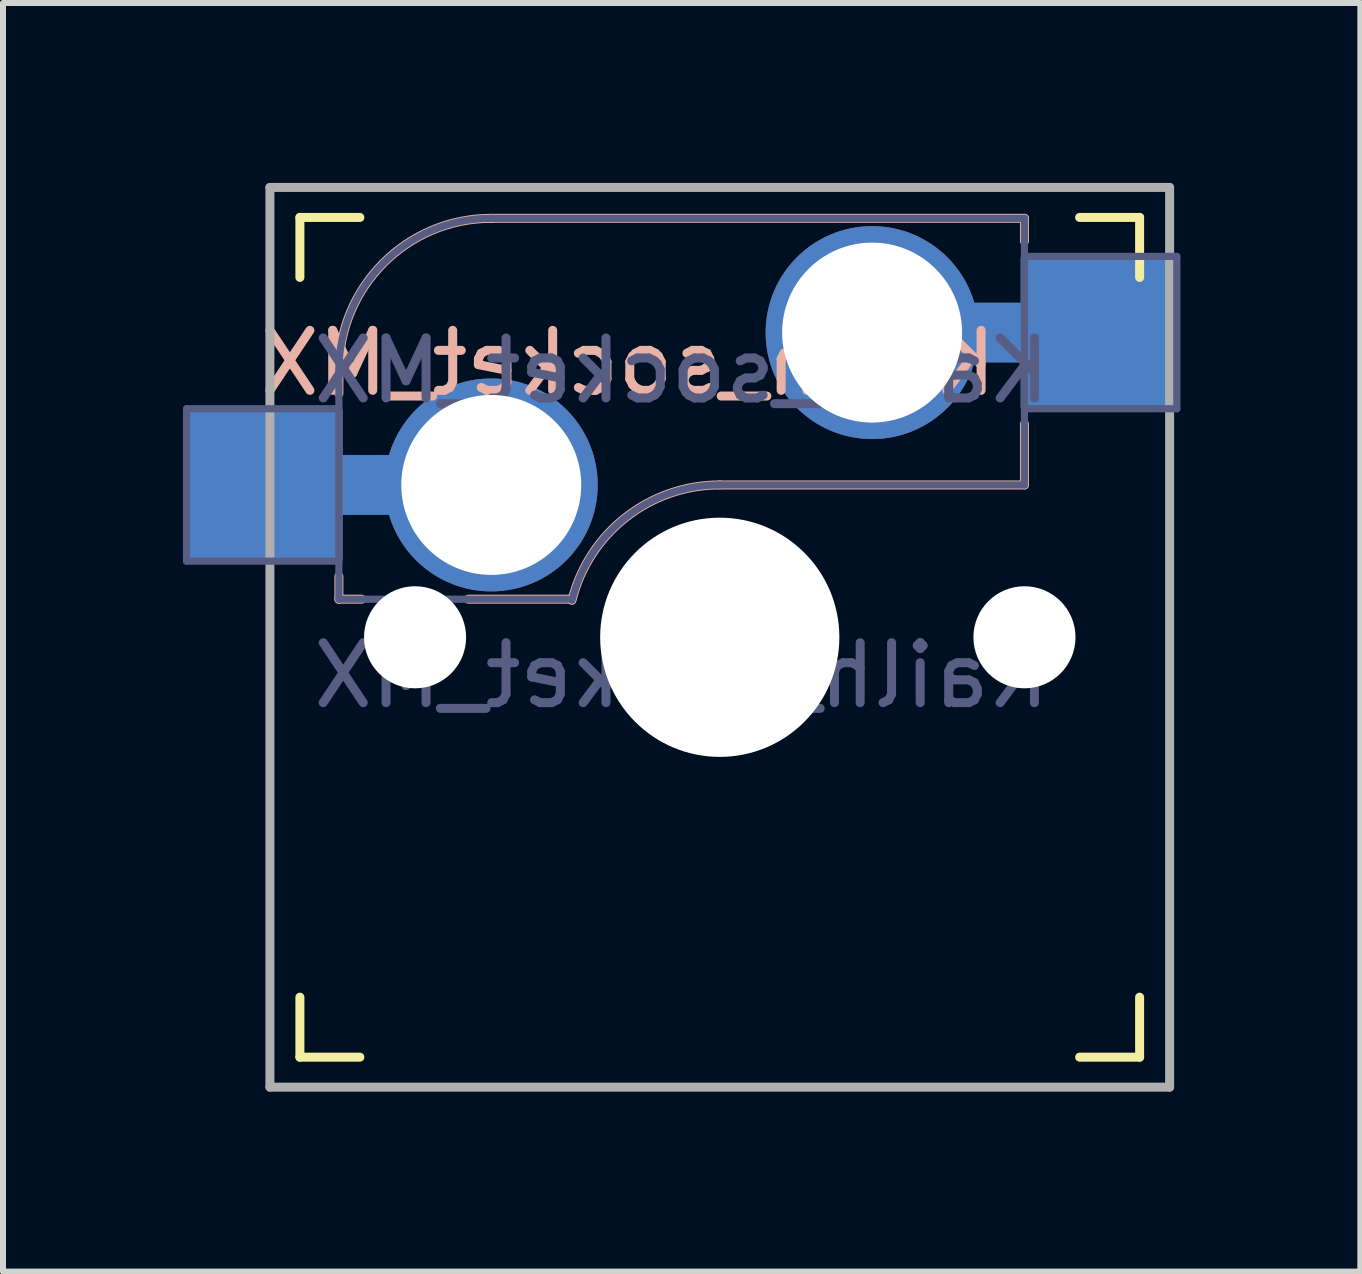
<source format=kicad_pcb>
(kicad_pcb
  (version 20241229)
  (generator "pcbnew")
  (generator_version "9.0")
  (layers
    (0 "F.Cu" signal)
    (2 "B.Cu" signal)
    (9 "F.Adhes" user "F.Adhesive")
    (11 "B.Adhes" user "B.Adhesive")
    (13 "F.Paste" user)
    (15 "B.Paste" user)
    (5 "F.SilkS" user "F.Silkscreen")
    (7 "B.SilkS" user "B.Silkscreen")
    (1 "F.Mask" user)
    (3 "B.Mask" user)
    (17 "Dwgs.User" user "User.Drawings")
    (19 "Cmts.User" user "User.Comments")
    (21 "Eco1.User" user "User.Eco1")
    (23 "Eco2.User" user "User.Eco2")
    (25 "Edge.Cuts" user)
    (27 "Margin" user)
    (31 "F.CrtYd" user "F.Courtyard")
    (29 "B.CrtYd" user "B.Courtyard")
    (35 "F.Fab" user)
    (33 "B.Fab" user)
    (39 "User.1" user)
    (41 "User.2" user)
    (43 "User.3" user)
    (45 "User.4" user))
  (footprint "Kailh_socket_MX"
    (layer "F.Cu")
    (at 8.95 7.575)
    (property "Reference" "Kailh_socket_MX" (at -1.524 -4.572 0) (layer "B.SilkS") (effects (font (size 1 1) (thickness 0.15)) (justify mirror)))
    (property "Value" "Kailh_socket_MX" (at -6.655 1.829 0) (unlocked yes) (layer "F.SilkS") (hide yes) (effects (font (size 1 1) (thickness 0.2)) (justify left)))
    (attr smd)
    (fp_line (start -7 -6) (end -7 -7) (stroke (width 0.15) (type solid)) (layer "F.SilkS"))
    (fp_line (start -7 7) (end -7 6) (stroke (width 0.15) (type solid)) (layer "F.SilkS"))
    (fp_line (start -7 7) (end -6 7) (stroke (width 0.15) (type solid)) (layer "F.SilkS"))
    (fp_line (start -6 -7) (end -7 -7) (stroke (width 0.15) (type solid)) (layer "F.SilkS"))
    (fp_line (start 6 7) (end 7 7) (stroke (width 0.15) (type solid)) (layer "F.SilkS"))
    (fp_line (start 7 -7) (end 6 -7) (stroke (width 0.15) (type solid)) (layer "F.SilkS"))
    (fp_line (start 7 -7) (end 7 -6) (stroke (width 0.15) (type solid)) (layer "F.SilkS"))
    (fp_line (start 7 6) (end 7 7) (stroke (width 0.15) (type solid)) (layer "F.SilkS"))
    (fp_line (start -6.35 -4.445) (end -6.35 -4.064) (stroke (width 0.15) (type solid)) (layer "B.SilkS"))
    (fp_line (start -6.35 -1.016) (end -6.35 -0.635) (stroke (width 0.15) (type solid)) (layer "B.SilkS"))
    (fp_line (start -5.969 -0.635) (end -6.35 -0.635) (stroke (width 0.15) (type solid)) (layer "B.SilkS"))
    (fp_line (start -3.81 -6.985) (end 5.08 -6.985) (stroke (width 0.15) (type solid)) (layer "B.SilkS"))
    (fp_line (start -2.464 -0.635) (end -4.191 -0.635) (stroke (width 0.15) (type solid)) (layer "B.SilkS"))
    (fp_line (start 5.08 -6.985) (end 5.08 -6.604) (stroke (width 0.15) (type solid)) (layer "B.SilkS"))
    (fp_line (start 5.08 -3.556) (end 5.08 -2.54) (stroke (width 0.15) (type solid)) (layer "B.SilkS"))
    (fp_line (start 5.08 -2.54) (end 0 -2.54) (stroke (width 0.15) (type solid)) (layer "B.SilkS"))
    (fp_arc (start -6.35 -4.445) (mid -5.606051 -6.241051) (end -3.81 -6.985) (stroke (width 0.15) (type solid)) (layer "B.SilkS"))
    (fp_arc (start -2.464162 -0.61604) (mid -1.563147 -2.002042) (end 0 -2.54) (stroke (width 0.15) (type solid)) (layer "B.SilkS"))
    (fp_line (start -6.9 6.9) (end -6.9 -6.9) (stroke (width 0.15) (type solid)) (layer "Eco2.User"))
    (fp_line (start -6.9 6.9) (end 6.9 6.9) (stroke (width 0.15) (type solid)) (layer "Eco2.User"))
    (fp_line (start 6.9 -6.9) (end -6.9 -6.9) (stroke (width 0.15) (type solid)) (layer "Eco2.User"))
    (fp_line (start 6.9 -6.9) (end 6.9 6.9) (stroke (width 0.15) (type solid)) (layer "Eco2.User"))
    (fp_line (start -8.89 -3.81) (end -6.35 -3.81) (stroke (width 0.12) (type solid)) (layer "B.Fab"))
    (fp_line (start -8.89 -1.27) (end -8.89 -3.81) (stroke (width 0.12) (type solid)) (layer "B.Fab"))
    (fp_line (start -6.35 -1.27) (end -8.89 -1.27) (stroke (width 0.12) (type solid)) (layer "B.Fab"))
    (fp_line (start -6.35 -0.635) (end -6.35 -4.445) (stroke (width 0.12) (type solid)) (layer "B.Fab"))
    (fp_line (start -6.35 -0.635) (end -2.54 -0.635) (stroke (width 0.12) (type solid)) (layer "B.Fab"))
    (fp_line (start -3.81 -6.985) (end 5.08 -6.985) (stroke (width 0.12) (type solid)) (layer "B.Fab"))
    (fp_line (start 5.08 -6.985) (end 5.08 -2.54) (stroke (width 0.12) (type solid)) (layer "B.Fab"))
    (fp_line (start 5.08 -6.35) (end 7.62 -6.35) (stroke (width 0.12) (type solid)) (layer "B.Fab"))
    (fp_line (start 5.08 -2.54) (end 0 -2.54) (stroke (width 0.12) (type solid)) (layer "B.Fab"))
    (fp_line (start 7.62 -6.35) (end 7.62 -3.81) (stroke (width 0.12) (type solid)) (layer "B.Fab"))
    (fp_line (start 7.62 -3.81) (end 5.08 -3.81) (stroke (width 0.12) (type solid)) (layer "B.Fab"))
    (fp_arc (start -6.35 -4.445) (mid -5.606051 -6.241051) (end -3.81 -6.985) (stroke (width 0.12) (type solid)) (layer "B.Fab"))
    (fp_arc (start -2.464162 -0.61604) (mid -1.563147 -2.002042) (end 0 -2.54) (stroke (width 0.12) (type solid)) (layer "B.Fab"))
    (fp_line (start -7.5 -7.5) (end 7.5 -7.5) (stroke (width 0.15) (type solid)) (layer "F.Fab"))
    (fp_line (start -7.5 7.5) (end -7.5 -7.5) (stroke (width 0.15) (type solid)) (layer "F.Fab"))
    (fp_line (start 7.5 -7.5) (end 7.5 7.5) (stroke (width 0.15) (type solid)) (layer "F.Fab"))
    (fp_line (start 7.5 7.5) (end -7.5 7.5) (stroke (width 0.15) (type solid)) (layer "F.Fab"))
    (fp_text user "${REFERENCE}" (at -0.635 -4.445 0) (layer "B.Fab") (effects (font (size 1 1) (thickness 0.15)) (justify mirror)))
    (fp_text user "${VALUE}" (at -0.635 0.635 0) (layer "B.Fab") (effects (font (size 1 1) (thickness 0.15)) (justify mirror)))
    (pad "" np_thru_hole circle (at -5.08 0) (size 1.702 1.702) (drill 1.702) (layers "*.Cu" "*.Mask"))
    (pad "" np_thru_hole circle (at 0 0) (size 3.988 3.988) (drill 3.988) (layers "*.Cu" "*.Mask"))
    (pad "" np_thru_hole circle (at 5.08 0) (size 1.702 1.702) (drill 1.702) (layers "*.Cu" "*.Mask"))
    (pad "1" smd rect (at -7.56 -2.54) (size 2.55 2.5) (layers "B.Cu" "B.Mask" "B.Paste"))
    (pad "1" connect rect (at -5.715 -2.54 90) (size 1 2.5) (layers "B.Cu"))
    (pad "1" thru_hole circle (at -3.81 -2.54) (size 3.55 3.55) (drill 3) (layers "*.Cu"))
    (pad "2" thru_hole circle (at 2.54 -5.08) (size 3.55 3.55) (drill 3) (layers "*.Cu"))
    (pad "2" connect rect (at 5.015 -5.08 270) (size 1 2.5) (layers "B.Cu"))
    (pad "2" smd rect (at 6.29 -5.08) (size 2.55 2.5) (layers "B.Cu" "B.Mask" "B.Paste")))
  (gr_rect
    (start -3 -3)
    (end 19.63 18.15)
    (stroke (width 0.1) (type default))
    (fill no)
    (layer "Edge.Cuts")))
</source>
